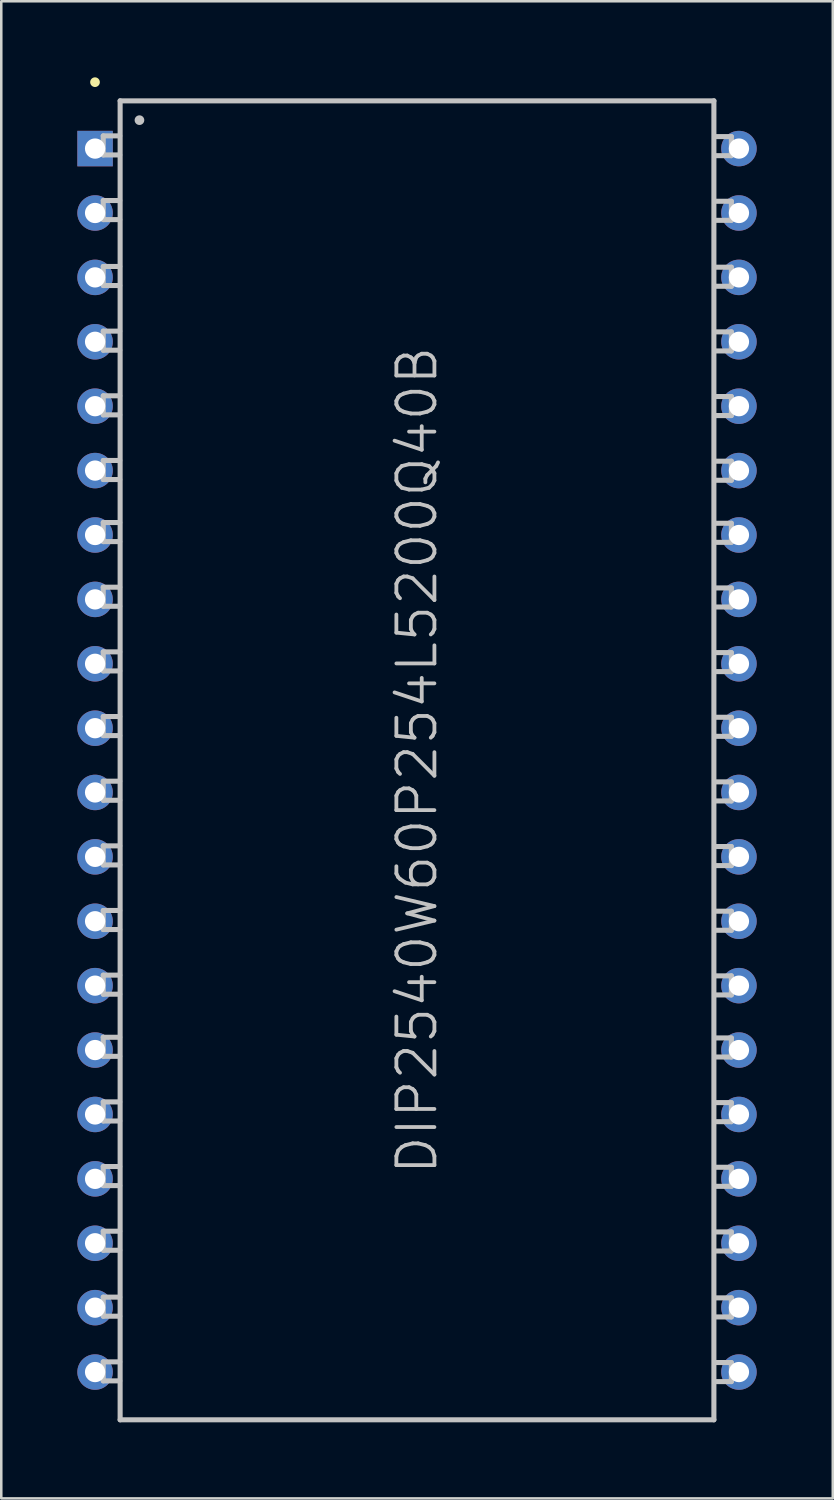
<source format=kicad_pcb>
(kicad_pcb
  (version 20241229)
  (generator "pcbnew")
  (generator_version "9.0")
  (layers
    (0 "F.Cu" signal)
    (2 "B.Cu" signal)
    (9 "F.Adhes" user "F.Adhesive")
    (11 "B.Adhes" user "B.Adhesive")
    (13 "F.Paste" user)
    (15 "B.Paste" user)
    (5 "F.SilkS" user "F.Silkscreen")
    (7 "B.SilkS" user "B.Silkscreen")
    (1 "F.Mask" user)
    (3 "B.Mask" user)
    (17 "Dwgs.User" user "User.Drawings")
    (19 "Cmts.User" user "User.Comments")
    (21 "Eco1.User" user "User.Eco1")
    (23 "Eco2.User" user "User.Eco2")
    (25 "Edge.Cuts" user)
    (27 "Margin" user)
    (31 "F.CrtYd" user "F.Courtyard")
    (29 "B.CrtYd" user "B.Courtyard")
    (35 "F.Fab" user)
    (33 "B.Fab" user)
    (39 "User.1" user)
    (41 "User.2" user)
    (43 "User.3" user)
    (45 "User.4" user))
  (footprint "DIP2540W60P254L5200Q40B"
    (layer "F.Cu")
    (at 13.397 26.937)
    (property "Reference" "DIP2540W60P254L5200Q40B" (at 0 0 90) (layer "Dwgs.User") (effects (font (size 1.5 1.5) (thickness 0.15))))
    (attr through_hole)
    (fp_line (start -12.7 -26.746) (end -12.7 -26.746) (stroke (width 0.381) (type solid)) (layer "F.SilkS"))
    (fp_line (start -12.375 -24.628) (end -11.725 -24.628) (stroke (width 0.2) (type solid)) (layer "Dwgs.User"))
    (fp_line (start -12.375 -23.876) (end -12.375 -24.628) (stroke (width 0.2) (type solid)) (layer "Dwgs.User"))
    (fp_line (start -12.375 -23.876) (end -11.725 -23.876) (stroke (width 0.2) (type solid)) (layer "Dwgs.User"))
    (fp_line (start -12.375 -22.078) (end -11.725 -22.078) (stroke (width 0.2) (type solid)) (layer "Dwgs.User"))
    (fp_line (start -12.375 -21.326) (end -12.375 -22.078) (stroke (width 0.2) (type solid)) (layer "Dwgs.User"))
    (fp_line (start -12.375 -21.326) (end -11.725 -21.326) (stroke (width 0.2) (type solid)) (layer "Dwgs.User"))
    (fp_line (start -12.375 -19.477) (end -11.725 -19.477) (stroke (width 0.2) (type solid)) (layer "Dwgs.User"))
    (fp_line (start -12.375 -18.725) (end -12.375 -19.477) (stroke (width 0.2) (type solid)) (layer "Dwgs.User"))
    (fp_line (start -12.375 -18.725) (end -11.725 -18.725) (stroke (width 0.2) (type solid)) (layer "Dwgs.User"))
    (fp_line (start -12.375 -16.927) (end -11.725 -16.927) (stroke (width 0.2) (type solid)) (layer "Dwgs.User"))
    (fp_line (start -12.375 -16.175) (end -12.375 -16.927) (stroke (width 0.2) (type solid)) (layer "Dwgs.User"))
    (fp_line (start -12.375 -16.175) (end -11.725 -16.175) (stroke (width 0.2) (type solid)) (layer "Dwgs.User"))
    (fp_line (start -12.375 -14.376) (end -11.725 -14.376) (stroke (width 0.2) (type solid)) (layer "Dwgs.User"))
    (fp_line (start -12.375 -13.625) (end -12.375 -14.376) (stroke (width 0.2) (type solid)) (layer "Dwgs.User"))
    (fp_line (start -12.375 -13.625) (end -11.725 -13.625) (stroke (width 0.2) (type solid)) (layer "Dwgs.User"))
    (fp_line (start -12.375 -11.826) (end -11.725 -11.826) (stroke (width 0.2) (type solid)) (layer "Dwgs.User"))
    (fp_line (start -12.375 -11.074) (end -12.375 -11.826) (stroke (width 0.2) (type solid)) (layer "Dwgs.User"))
    (fp_line (start -12.375 -11.074) (end -11.725 -11.074) (stroke (width 0.2) (type solid)) (layer "Dwgs.User"))
    (fp_line (start -12.375 -9.378) (end -11.725 -9.378) (stroke (width 0.2) (type solid)) (layer "Dwgs.User"))
    (fp_line (start -12.375 -8.626) (end -12.375 -9.378) (stroke (width 0.2) (type solid)) (layer "Dwgs.User"))
    (fp_line (start -12.375 -8.626) (end -11.725 -8.626) (stroke (width 0.2) (type solid)) (layer "Dwgs.User"))
    (fp_line (start -12.375 -6.828) (end -11.725 -6.828) (stroke (width 0.2) (type solid)) (layer "Dwgs.User"))
    (fp_line (start -12.375 -6.076) (end -12.375 -6.828) (stroke (width 0.2) (type solid)) (layer "Dwgs.User"))
    (fp_line (start -12.375 -6.076) (end -11.725 -6.076) (stroke (width 0.2) (type solid)) (layer "Dwgs.User"))
    (fp_line (start -12.375 -4.277) (end -11.725 -4.277) (stroke (width 0.2) (type solid)) (layer "Dwgs.User"))
    (fp_line (start -12.375 -3.526) (end -12.375 -4.277) (stroke (width 0.2) (type solid)) (layer "Dwgs.User"))
    (fp_line (start -12.375 -3.526) (end -11.725 -3.526) (stroke (width 0.2) (type solid)) (layer "Dwgs.User"))
    (fp_line (start -12.375 -1.727) (end -11.725 -1.727) (stroke (width 0.2) (type solid)) (layer "Dwgs.User"))
    (fp_line (start -12.375 -0.975) (end -12.375 -1.727) (stroke (width 0.2) (type solid)) (layer "Dwgs.User"))
    (fp_line (start -12.375 -0.975) (end -11.725 -0.975) (stroke (width 0.2) (type solid)) (layer "Dwgs.User"))
    (fp_line (start -12.375 0.823) (end -11.725 0.823) (stroke (width 0.2) (type solid)) (layer "Dwgs.User"))
    (fp_line (start -12.375 1.575) (end -12.375 0.823) (stroke (width 0.2) (type solid)) (layer "Dwgs.User"))
    (fp_line (start -12.375 1.575) (end -11.725 1.575) (stroke (width 0.2) (type solid)) (layer "Dwgs.User"))
    (fp_line (start -12.375 3.373) (end -11.725 3.373) (stroke (width 0.2) (type solid)) (layer "Dwgs.User"))
    (fp_line (start -12.375 4.125) (end -12.375 3.373) (stroke (width 0.2) (type solid)) (layer "Dwgs.User"))
    (fp_line (start -12.375 4.125) (end -11.725 4.125) (stroke (width 0.2) (type solid)) (layer "Dwgs.User"))
    (fp_line (start -12.375 5.923) (end -11.725 5.923) (stroke (width 0.2) (type solid)) (layer "Dwgs.User"))
    (fp_line (start -12.375 6.675) (end -12.375 5.923) (stroke (width 0.2) (type solid)) (layer "Dwgs.User"))
    (fp_line (start -12.375 6.675) (end -11.725 6.675) (stroke (width 0.2) (type solid)) (layer "Dwgs.User"))
    (fp_line (start -12.375 8.473) (end -11.725 8.473) (stroke (width 0.2) (type solid)) (layer "Dwgs.User"))
    (fp_line (start -12.375 9.225) (end -12.375 8.473) (stroke (width 0.2) (type solid)) (layer "Dwgs.User"))
    (fp_line (start -12.375 9.225) (end -11.725 9.225) (stroke (width 0.2) (type solid)) (layer "Dwgs.User"))
    (fp_line (start -12.375 10.922) (end -11.725 10.922) (stroke (width 0.2) (type solid)) (layer "Dwgs.User"))
    (fp_line (start -12.375 11.674) (end -12.375 10.922) (stroke (width 0.2) (type solid)) (layer "Dwgs.User"))
    (fp_line (start -12.375 11.674) (end -11.725 11.674) (stroke (width 0.2) (type solid)) (layer "Dwgs.User"))
    (fp_line (start -12.375 13.472) (end -11.725 13.472) (stroke (width 0.2) (type solid)) (layer "Dwgs.User"))
    (fp_line (start -12.375 14.224) (end -12.375 13.472) (stroke (width 0.2) (type solid)) (layer "Dwgs.User"))
    (fp_line (start -12.375 14.224) (end -11.725 14.224) (stroke (width 0.2) (type solid)) (layer "Dwgs.User"))
    (fp_line (start -12.375 16.022) (end -11.725 16.022) (stroke (width 0.2) (type solid)) (layer "Dwgs.User"))
    (fp_line (start -12.375 16.774) (end -12.375 16.022) (stroke (width 0.2) (type solid)) (layer "Dwgs.User"))
    (fp_line (start -12.375 16.774) (end -11.725 16.774) (stroke (width 0.2) (type solid)) (layer "Dwgs.User"))
    (fp_line (start -12.375 18.572) (end -11.725 18.572) (stroke (width 0.2) (type solid)) (layer "Dwgs.User"))
    (fp_line (start -12.375 19.324) (end -12.375 18.572) (stroke (width 0.2) (type solid)) (layer "Dwgs.User"))
    (fp_line (start -12.375 19.324) (end -11.725 19.324) (stroke (width 0.2) (type solid)) (layer "Dwgs.User"))
    (fp_line (start -12.375 21.173) (end -11.725 21.173) (stroke (width 0.2) (type solid)) (layer "Dwgs.User"))
    (fp_line (start -12.375 21.925) (end -12.375 21.173) (stroke (width 0.2) (type solid)) (layer "Dwgs.User"))
    (fp_line (start -12.375 21.925) (end -11.725 21.925) (stroke (width 0.2) (type solid)) (layer "Dwgs.User"))
    (fp_line (start -12.375 23.724) (end -11.725 23.724) (stroke (width 0.2) (type solid)) (layer "Dwgs.User"))
    (fp_line (start -12.375 24.475) (end -12.375 23.724) (stroke (width 0.2) (type solid)) (layer "Dwgs.User"))
    (fp_line (start -12.375 24.475) (end -11.725 24.475) (stroke (width 0.2) (type solid)) (layer "Dwgs.User"))
    (fp_line (start -11.709 -26.01) (end -11.709 26.01) (stroke (width 0.2) (type solid)) (layer "Dwgs.User"))
    (fp_line (start -11.709 -26.01) (end 11.709 -26.01) (stroke (width 0.2) (type solid)) (layer "Dwgs.User"))
    (fp_line (start -11.709 26.01) (end 11.709 26.01) (stroke (width 0.2) (type solid)) (layer "Dwgs.User"))
    (fp_line (start -10.947 -25.248) (end -10.947 -25.248) (stroke (width 0.381) (type solid)) (layer "Dwgs.User"))
    (fp_line (start 11.709 -26.01) (end 11.709 26.01) (stroke (width 0.2) (type solid)) (layer "Dwgs.User"))
    (fp_line (start 12.398 -24.6) (end 11.748 -24.6) (stroke (width 0.2) (type solid)) (layer "Dwgs.User"))
    (fp_line (start 12.398 -24.6) (end 12.398 -23.848) (stroke (width 0.2) (type solid)) (layer "Dwgs.User"))
    (fp_line (start 12.398 -23.848) (end 11.748 -23.848) (stroke (width 0.2) (type solid)) (layer "Dwgs.User"))
    (fp_line (start 12.398 -22.05) (end 11.748 -22.05) (stroke (width 0.2) (type solid)) (layer "Dwgs.User"))
    (fp_line (start 12.398 -22.05) (end 12.398 -21.298) (stroke (width 0.2) (type solid)) (layer "Dwgs.User"))
    (fp_line (start 12.398 -21.298) (end 11.748 -21.298) (stroke (width 0.2) (type solid)) (layer "Dwgs.User"))
    (fp_line (start 12.398 -19.449) (end 11.748 -19.449) (stroke (width 0.2) (type solid)) (layer "Dwgs.User"))
    (fp_line (start 12.398 -19.449) (end 12.398 -18.697) (stroke (width 0.2) (type solid)) (layer "Dwgs.User"))
    (fp_line (start 12.398 -18.697) (end 11.748 -18.697) (stroke (width 0.2) (type solid)) (layer "Dwgs.User"))
    (fp_line (start 12.398 -16.899) (end 11.748 -16.899) (stroke (width 0.2) (type solid)) (layer "Dwgs.User"))
    (fp_line (start 12.398 -16.899) (end 12.398 -16.147) (stroke (width 0.2) (type solid)) (layer "Dwgs.User"))
    (fp_line (start 12.398 -16.147) (end 11.748 -16.147) (stroke (width 0.2) (type solid)) (layer "Dwgs.User"))
    (fp_line (start 12.398 -14.348) (end 11.748 -14.348) (stroke (width 0.2) (type solid)) (layer "Dwgs.User"))
    (fp_line (start 12.398 -14.348) (end 12.398 -13.597) (stroke (width 0.2) (type solid)) (layer "Dwgs.User"))
    (fp_line (start 12.398 -13.597) (end 11.748 -13.597) (stroke (width 0.2) (type solid)) (layer "Dwgs.User"))
    (fp_line (start 12.398 -11.798) (end 11.748 -11.798) (stroke (width 0.2) (type solid)) (layer "Dwgs.User"))
    (fp_line (start 12.398 -11.798) (end 12.398 -11.046) (stroke (width 0.2) (type solid)) (layer "Dwgs.User"))
    (fp_line (start 12.398 -11.046) (end 11.748 -11.046) (stroke (width 0.2) (type solid)) (layer "Dwgs.User"))
    (fp_line (start 12.398 -9.35) (end 11.748 -9.35) (stroke (width 0.2) (type solid)) (layer "Dwgs.User"))
    (fp_line (start 12.398 -9.35) (end 12.398 -8.598) (stroke (width 0.2) (type solid)) (layer "Dwgs.User"))
    (fp_line (start 12.398 -8.598) (end 11.748 -8.598) (stroke (width 0.2) (type solid)) (layer "Dwgs.User"))
    (fp_line (start 12.398 -6.8) (end 11.748 -6.8) (stroke (width 0.2) (type solid)) (layer "Dwgs.User"))
    (fp_line (start 12.398 -6.8) (end 12.398 -6.048) (stroke (width 0.2) (type solid)) (layer "Dwgs.User"))
    (fp_line (start 12.398 -6.048) (end 11.748 -6.048) (stroke (width 0.2) (type solid)) (layer "Dwgs.User"))
    (fp_line (start 12.398 -4.249) (end 11.748 -4.249) (stroke (width 0.2) (type solid)) (layer "Dwgs.User"))
    (fp_line (start 12.398 -4.249) (end 12.398 -3.498) (stroke (width 0.2) (type solid)) (layer "Dwgs.User"))
    (fp_line (start 12.398 -3.498) (end 11.748 -3.498) (stroke (width 0.2) (type solid)) (layer "Dwgs.User"))
    (fp_line (start 12.398 -1.699) (end 11.748 -1.699) (stroke (width 0.2) (type solid)) (layer "Dwgs.User"))
    (fp_line (start 12.398 -1.699) (end 12.398 -0.947) (stroke (width 0.2) (type solid)) (layer "Dwgs.User"))
    (fp_line (start 12.398 -0.947) (end 11.748 -0.947) (stroke (width 0.2) (type solid)) (layer "Dwgs.User"))
    (fp_line (start 12.398 0.851) (end 11.748 0.851) (stroke (width 0.2) (type solid)) (layer "Dwgs.User"))
    (fp_line (start 12.398 0.851) (end 12.398 1.603) (stroke (width 0.2) (type solid)) (layer "Dwgs.User"))
    (fp_line (start 12.398 1.603) (end 11.748 1.603) (stroke (width 0.2) (type solid)) (layer "Dwgs.User"))
    (fp_line (start 12.398 3.401) (end 11.748 3.401) (stroke (width 0.2) (type solid)) (layer "Dwgs.User"))
    (fp_line (start 12.398 3.401) (end 12.398 4.153) (stroke (width 0.2) (type solid)) (layer "Dwgs.User"))
    (fp_line (start 12.398 4.153) (end 11.748 4.153) (stroke (width 0.2) (type solid)) (layer "Dwgs.User"))
    (fp_line (start 12.398 5.951) (end 11.748 5.951) (stroke (width 0.2) (type solid)) (layer "Dwgs.User"))
    (fp_line (start 12.398 5.951) (end 12.398 6.703) (stroke (width 0.2) (type solid)) (layer "Dwgs.User"))
    (fp_line (start 12.398 6.703) (end 11.748 6.703) (stroke (width 0.2) (type solid)) (layer "Dwgs.User"))
    (fp_line (start 12.398 8.501) (end 11.748 8.501) (stroke (width 0.2) (type solid)) (layer "Dwgs.User"))
    (fp_line (start 12.398 8.501) (end 12.398 9.253) (stroke (width 0.2) (type solid)) (layer "Dwgs.User"))
    (fp_line (start 12.398 9.253) (end 11.748 9.253) (stroke (width 0.2) (type solid)) (layer "Dwgs.User"))
    (fp_line (start 12.398 10.95) (end 11.748 10.95) (stroke (width 0.2) (type solid)) (layer "Dwgs.User"))
    (fp_line (start 12.398 10.95) (end 12.398 11.702) (stroke (width 0.2) (type solid)) (layer "Dwgs.User"))
    (fp_line (start 12.398 11.702) (end 11.748 11.702) (stroke (width 0.2) (type solid)) (layer "Dwgs.User"))
    (fp_line (start 12.398 13.5) (end 11.748 13.5) (stroke (width 0.2) (type solid)) (layer "Dwgs.User"))
    (fp_line (start 12.398 13.5) (end 12.398 14.252) (stroke (width 0.2) (type solid)) (layer "Dwgs.User"))
    (fp_line (start 12.398 14.252) (end 11.748 14.252) (stroke (width 0.2) (type solid)) (layer "Dwgs.User"))
    (fp_line (start 12.398 16.05) (end 11.748 16.05) (stroke (width 0.2) (type solid)) (layer "Dwgs.User"))
    (fp_line (start 12.398 16.05) (end 12.398 16.802) (stroke (width 0.2) (type solid)) (layer "Dwgs.User"))
    (fp_line (start 12.398 16.802) (end 11.748 16.802) (stroke (width 0.2) (type solid)) (layer "Dwgs.User"))
    (fp_line (start 12.398 18.6) (end 11.748 18.6) (stroke (width 0.2) (type solid)) (layer "Dwgs.User"))
    (fp_line (start 12.398 18.6) (end 12.398 19.352) (stroke (width 0.2) (type solid)) (layer "Dwgs.User"))
    (fp_line (start 12.398 19.352) (end 11.748 19.352) (stroke (width 0.2) (type solid)) (layer "Dwgs.User"))
    (fp_line (start 12.398 21.201) (end 11.748 21.201) (stroke (width 0.2) (type solid)) (layer "Dwgs.User"))
    (fp_line (start 12.398 21.201) (end 12.398 21.953) (stroke (width 0.2) (type solid)) (layer "Dwgs.User"))
    (fp_line (start 12.398 21.953) (end 11.748 21.953) (stroke (width 0.2) (type solid)) (layer "Dwgs.User"))
    (fp_line (start 12.398 23.752) (end 11.748 23.752) (stroke (width 0.2) (type solid)) (layer "Dwgs.User"))
    (fp_line (start 12.398 23.752) (end 12.398 24.503) (stroke (width 0.2) (type solid)) (layer "Dwgs.User"))
    (fp_line (start 12.398 24.503) (end 11.748 24.503) (stroke (width 0.2) (type solid)) (layer "Dwgs.User"))
    (pad "1" thru_hole rect (at -12.697 -24.127 180) (size 1.4 1.4) (drill 0.8) (layers "*.Cu" "*.Mask"))
    (pad "2" thru_hole circle (at -12.697 -21.587 180) (size 1.4 1.4) (drill 0.8) (layers "*.Cu" "*.Mask"))
    (pad "3" thru_hole circle (at -12.697 -19.047 180) (size 1.4 1.4) (drill 0.8) (layers "*.Cu" "*.Mask"))
    (pad "4" thru_hole circle (at -12.697 -16.507 180) (size 1.4 1.4) (drill 0.8) (layers "*.Cu" "*.Mask"))
    (pad "5" thru_hole circle (at -12.697 -13.967 180) (size 1.4 1.4) (drill 0.8) (layers "*.Cu" "*.Mask"))
    (pad "6" thru_hole circle (at -12.697 -11.427 180) (size 1.4 1.4) (drill 0.8) (layers "*.Cu" "*.Mask"))
    (pad "7" thru_hole circle (at -12.697 -8.887 180) (size 1.4 1.4) (drill 0.8) (layers "*.Cu" "*.Mask"))
    (pad "8" thru_hole circle (at -12.697 -6.347 180) (size 1.4 1.4) (drill 0.8) (layers "*.Cu" "*.Mask"))
    (pad "9" thru_hole circle (at -12.697 -3.807 180) (size 1.4 1.4) (drill 0.8) (layers "*.Cu" "*.Mask"))
    (pad "10" thru_hole circle (at -12.697 -1.267 180) (size 1.4 1.4) (drill 0.8) (layers "*.Cu" "*.Mask"))
    (pad "11" thru_hole circle (at -12.697 1.267 180) (size 1.4 1.4) (drill 0.8) (layers "*.Cu" "*.Mask"))
    (pad "12" thru_hole circle (at -12.697 3.807 180) (size 1.4 1.4) (drill 0.8) (layers "*.Cu" "*.Mask"))
    (pad "13" thru_hole circle (at -12.697 6.347 180) (size 1.4 1.4) (drill 0.8) (layers "*.Cu" "*.Mask"))
    (pad "14" thru_hole circle (at -12.697 8.887 180) (size 1.4 1.4) (drill 0.8) (layers "*.Cu" "*.Mask"))
    (pad "15" thru_hole circle (at -12.697 11.427 180) (size 1.4 1.4) (drill 0.8) (layers "*.Cu" "*.Mask"))
    (pad "16" thru_hole circle (at -12.697 13.967 180) (size 1.4 1.4) (drill 0.8) (layers "*.Cu" "*.Mask"))
    (pad "17" thru_hole circle (at -12.697 16.507 180) (size 1.4 1.4) (drill 0.8) (layers "*.Cu" "*.Mask"))
    (pad "18" thru_hole circle (at -12.697 19.047 180) (size 1.4 1.4) (drill 0.8) (layers "*.Cu" "*.Mask"))
    (pad "19" thru_hole circle (at -12.697 21.587 180) (size 1.4 1.4) (drill 0.8) (layers "*.Cu" "*.Mask"))
    (pad "20" thru_hole circle (at -12.697 24.127 180) (size 1.4 1.4) (drill 0.8) (layers "*.Cu" "*.Mask"))
    (pad "21" thru_hole circle (at 12.697 24.127 180) (size 1.4 1.4) (drill 0.8) (layers "*.Cu" "*.Mask"))
    (pad "22" thru_hole circle (at 12.697 21.587 180) (size 1.4 1.4) (drill 0.8) (layers "*.Cu" "*.Mask"))
    (pad "23" thru_hole circle (at 12.697 19.047 180) (size 1.4 1.4) (drill 0.8) (layers "*.Cu" "*.Mask"))
    (pad "24" thru_hole circle (at 12.697 16.507 180) (size 1.4 1.4) (drill 0.8) (layers "*.Cu" "*.Mask"))
    (pad "25" thru_hole circle (at 12.697 13.967 180) (size 1.4 1.4) (drill 0.8) (layers "*.Cu" "*.Mask"))
    (pad "26" thru_hole circle (at 12.697 11.427 180) (size 1.4 1.4) (drill 0.8) (layers "*.Cu" "*.Mask"))
    (pad "27" thru_hole circle (at 12.697 8.887 180) (size 1.4 1.4) (drill 0.8) (layers "*.Cu" "*.Mask"))
    (pad "28" thru_hole circle (at 12.697 6.347 180) (size 1.4 1.4) (drill 0.8) (layers "*.Cu" "*.Mask"))
    (pad "29" thru_hole circle (at 12.697 3.807 180) (size 1.4 1.4) (drill 0.8) (layers "*.Cu" "*.Mask"))
    (pad "30" thru_hole circle (at 12.697 1.267 180) (size 1.4 1.4) (drill 0.8) (layers "*.Cu" "*.Mask"))
    (pad "31" thru_hole circle (at 12.697 -1.267 180) (size 1.4 1.4) (drill 0.8) (layers "*.Cu" "*.Mask"))
    (pad "32" thru_hole circle (at 12.697 -3.807 180) (size 1.4 1.4) (drill 0.8) (layers "*.Cu" "*.Mask"))
    (pad "33" thru_hole circle (at 12.697 -6.347 180) (size 1.4 1.4) (drill 0.8) (layers "*.Cu" "*.Mask"))
    (pad "34" thru_hole circle (at 12.697 -8.887 180) (size 1.4 1.4) (drill 0.8) (layers "*.Cu" "*.Mask"))
    (pad "35" thru_hole circle (at 12.697 -11.427 180) (size 1.4 1.4) (drill 0.8) (layers "*.Cu" "*.Mask"))
    (pad "36" thru_hole circle (at 12.697 -13.967 180) (size 1.4 1.4) (drill 0.8) (layers "*.Cu" "*.Mask"))
    (pad "37" thru_hole circle (at 12.697 -16.507 180) (size 1.4 1.4) (drill 0.8) (layers "*.Cu" "*.Mask"))
    (pad "38" thru_hole circle (at 12.697 -19.047 180) (size 1.4 1.4) (drill 0.8) (layers "*.Cu" "*.Mask"))
    (pad "39" thru_hole circle (at 12.697 -21.587 180) (size 1.4 1.4) (drill 0.8) (layers "*.Cu" "*.Mask"))
    (pad "40" thru_hole circle (at 12.697 -24.127 180) (size 1.4 1.4) (drill 0.8) (layers "*.Cu" "*.Mask")))
  (gr_rect
    (start -3 -3)
    (end 29.795 56.046)
    (stroke (width 0.1) (type default))
    (fill no)
    (layer "Edge.Cuts")))
</source>
